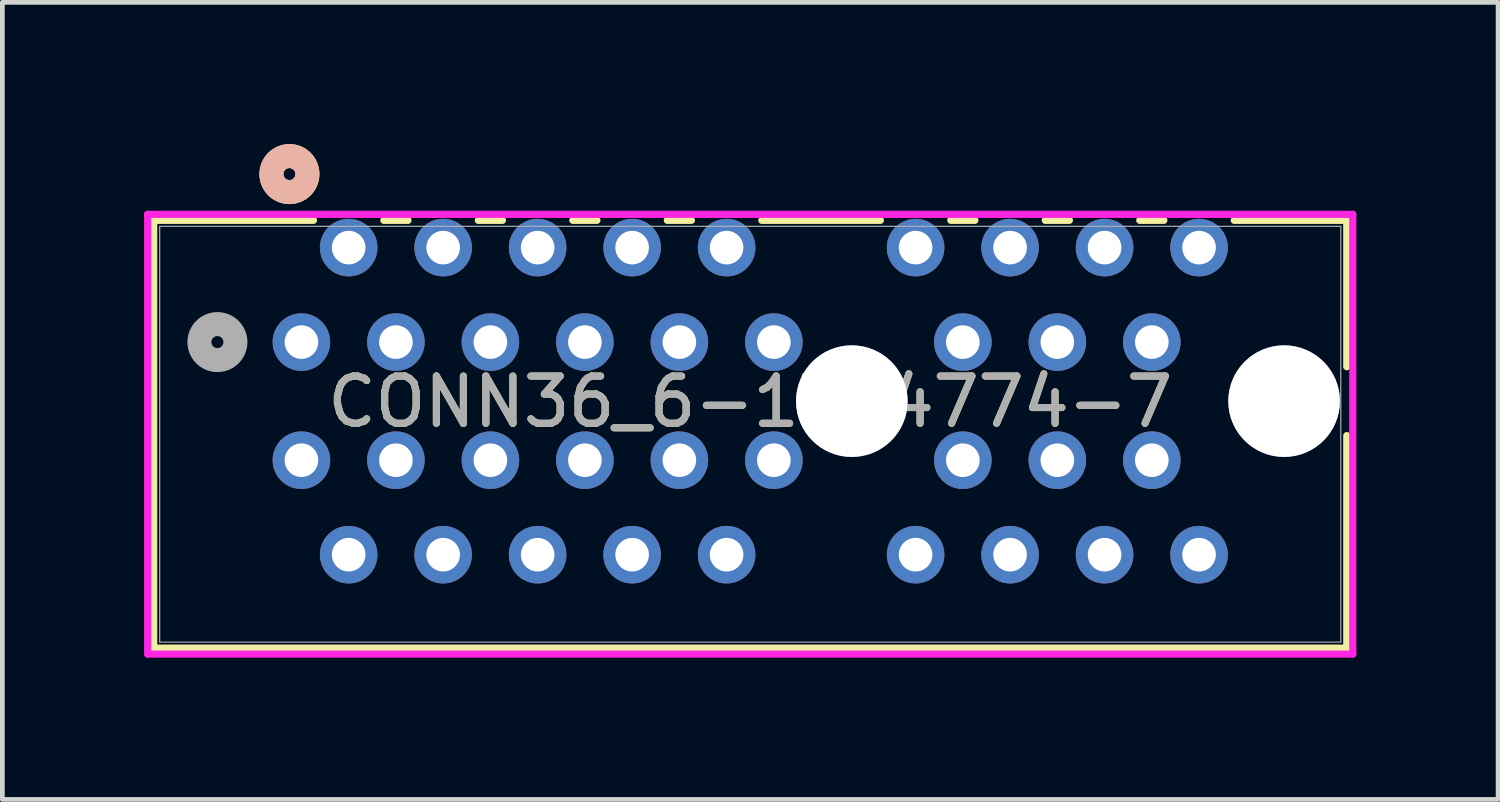
<source format=kicad_pcb>
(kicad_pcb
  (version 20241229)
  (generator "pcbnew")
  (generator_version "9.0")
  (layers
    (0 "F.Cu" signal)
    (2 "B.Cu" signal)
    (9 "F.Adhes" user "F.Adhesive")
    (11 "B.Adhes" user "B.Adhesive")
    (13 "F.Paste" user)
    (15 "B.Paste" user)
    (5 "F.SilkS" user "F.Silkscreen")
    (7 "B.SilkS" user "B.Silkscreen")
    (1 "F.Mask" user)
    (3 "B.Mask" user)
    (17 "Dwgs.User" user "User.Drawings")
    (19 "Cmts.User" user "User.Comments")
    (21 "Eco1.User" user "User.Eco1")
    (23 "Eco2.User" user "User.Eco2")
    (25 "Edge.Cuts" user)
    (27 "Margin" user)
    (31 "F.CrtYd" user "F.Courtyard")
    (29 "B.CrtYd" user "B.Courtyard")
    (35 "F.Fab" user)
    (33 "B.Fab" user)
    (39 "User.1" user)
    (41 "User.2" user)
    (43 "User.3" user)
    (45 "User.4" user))
  (footprint "CONN36_6-1734774-7"
    (layer "F.Cu")
    (at 3.33 4.191)
    (property "Reference" "CONN36_6-1734774-7" (at 9.5 1.264 0) (unlocked yes) (layer "F.SilkS") (effects (font (size 1 1) (thickness 0.15))))
    (attr through_hole)
    (fp_line (start -3.127 -2.577) (end 0.255 -2.577) (stroke (width 0.152) (type solid)) (layer "F.SilkS"))
    (fp_line (start -3.127 6.477) (end -3.127 -2.577) (stroke (width 0.152) (type solid)) (layer "F.SilkS"))
    (fp_line (start 1.745 -2.577) (end 2.255 -2.577) (stroke (width 0.152) (type solid)) (layer "F.SilkS"))
    (fp_line (start 3.745 -2.577) (end 4.255 -2.577) (stroke (width 0.152) (type solid)) (layer "F.SilkS"))
    (fp_line (start 5.745 -2.577) (end 6.255 -2.577) (stroke (width 0.152) (type solid)) (layer "F.SilkS"))
    (fp_line (start 7.745 -2.577) (end 8.255 -2.577) (stroke (width 0.152) (type solid)) (layer "F.SilkS"))
    (fp_line (start 9.745 -2.577) (end 12.255 -2.577) (stroke (width 0.152) (type solid)) (layer "F.SilkS"))
    (fp_line (start 13.745 -2.577) (end 14.255 -2.577) (stroke (width 0.152) (type solid)) (layer "F.SilkS"))
    (fp_line (start 15.745 -2.577) (end 16.255 -2.577) (stroke (width 0.152) (type solid)) (layer "F.SilkS"))
    (fp_line (start 17.745 -2.577) (end 18.255 -2.577) (stroke (width 0.152) (type solid)) (layer "F.SilkS"))
    (fp_line (start 19.745 -2.577) (end 22.127 -2.577) (stroke (width 0.152) (type solid)) (layer "F.SilkS"))
    (fp_line (start 22.127 -2.577) (end 22.127 0.521) (stroke (width 0.152) (type solid)) (layer "F.SilkS"))
    (fp_line (start 22.127 1.979) (end 22.127 6.477) (stroke (width 0.152) (type solid)) (layer "F.SilkS"))
    (fp_line (start 22.127 6.477) (end -3.127 6.477) (stroke (width 0.152) (type solid)) (layer "F.SilkS"))
    (fp_circle (center -0.254 -3.556) (end 0.127 -3.556) (stroke (width 0.508) (type solid)) (fill no) (layer "F.SilkS"))
    (fp_circle (center -0.254 -3.556) (end 0.127 -3.556) (stroke (width 0.508) (type solid)) (fill no) (layer "B.SilkS"))
    (fp_line (start -3.254 -2.704) (end -3.254 6.604) (stroke (width 0.152) (type solid)) (layer "F.CrtYd"))
    (fp_line (start -3.254 6.604) (end 22.254 6.604) (stroke (width 0.152) (type solid)) (layer "F.CrtYd"))
    (fp_line (start 22.254 -2.704) (end -3.254 -2.704) (stroke (width 0.152) (type solid)) (layer "F.CrtYd"))
    (fp_line (start 22.254 6.604) (end 22.254 -2.704) (stroke (width 0.152) (type solid)) (layer "F.CrtYd"))
    (fp_line (start -3 -2.45) (end -3 6.35) (stroke (width 0.025) (type solid)) (layer "F.Fab"))
    (fp_line (start -3 6.35) (end 22 6.35) (stroke (width 0.025) (type solid)) (layer "F.Fab"))
    (fp_line (start 22 -2.45) (end -3 -2.45) (stroke (width 0.025) (type solid)) (layer "F.Fab"))
    (fp_line (start 22 6.35) (end 22 -2.45) (stroke (width 0.025) (type solid)) (layer "F.Fab"))
    (fp_circle (center -1.778 0) (end -1.397 0) (stroke (width 0.508) (type solid)) (fill no) (layer "F.Fab"))
    (fp_text user "${REFERENCE}" (at 9.5 1.264 0) (unlocked yes) (layer "F.Fab") (effects (font (size 1 1) (thickness 0.15))))
    (pad "37" thru_hole circle (at 11.65 1.25) (size 2.362 2.362) (drill 2.362) (layers "*.Cu" "*.Mask"))
    (pad "38" thru_hole circle (at 20.8 1.25) (size 2.362 2.362) (drill 2.362) (layers "*.Cu" "*.Mask"))
    (pad "A1" thru_hole circle (at 0 0 90) (size 1.219 1.219) (drill 0.711) (layers "*.Cu" "*.Mask"))
    (pad "A2" thru_hole circle (at 1 -2 90) (size 1.219 1.219) (drill 0.711) (layers "*.Cu" "*.Mask"))
    (pad "A3" thru_hole circle (at 2 0 90) (size 1.219 1.219) (drill 0.711) (layers "*.Cu" "*.Mask"))
    (pad "A4" thru_hole circle (at 3 -2 90) (size 1.219 1.219) (drill 0.711) (layers "*.Cu" "*.Mask"))
    (pad "A5" thru_hole circle (at 4 0 90) (size 1.219 1.219) (drill 0.711) (layers "*.Cu" "*.Mask"))
    (pad "A6" thru_hole circle (at 5 -2 90) (size 1.219 1.219) (drill 0.711) (layers "*.Cu" "*.Mask"))
    (pad "A7" thru_hole circle (at 6 0 90) (size 1.219 1.219) (drill 0.711) (layers "*.Cu" "*.Mask"))
    (pad "A8" thru_hole circle (at 7 -2 90) (size 1.219 1.219) (drill 0.711) (layers "*.Cu" "*.Mask"))
    (pad "A9" thru_hole circle (at 8 0 90) (size 1.219 1.219) (drill 0.711) (layers "*.Cu" "*.Mask"))
    (pad "A10" thru_hole circle (at 9 -2 90) (size 1.219 1.219) (drill 0.711) (layers "*.Cu" "*.Mask"))
    (pad "A11" thru_hole circle (at 10 0 90) (size 1.219 1.219) (drill 0.711) (layers "*.Cu" "*.Mask"))
    (pad "A12" thru_hole circle (at 13 -2 90) (size 1.219 1.219) (drill 0.711) (layers "*.Cu" "*.Mask"))
    (pad "A13" thru_hole circle (at 14 0 90) (size 1.219 1.219) (drill 0.711) (layers "*.Cu" "*.Mask"))
    (pad "A14" thru_hole circle (at 15 -2 90) (size 1.219 1.219) (drill 0.711) (layers "*.Cu" "*.Mask"))
    (pad "A15" thru_hole circle (at 16 0 90) (size 1.219 1.219) (drill 0.711) (layers "*.Cu" "*.Mask"))
    (pad "A16" thru_hole circle (at 17 -2 90) (size 1.219 1.219) (drill 0.711) (layers "*.Cu" "*.Mask"))
    (pad "A17" thru_hole circle (at 18 0 90) (size 1.219 1.219) (drill 0.711) (layers "*.Cu" "*.Mask"))
    (pad "A18" thru_hole circle (at 19 -2 90) (size 1.219 1.219) (drill 0.711) (layers "*.Cu" "*.Mask"))
    (pad "B1" thru_hole circle (at 0 2.5 90) (size 1.219 1.219) (drill 0.711) (layers "*.Cu" "*.Mask"))
    (pad "B2" thru_hole circle (at 1 4.5 90) (size 1.219 1.219) (drill 0.711) (layers "*.Cu" "*.Mask"))
    (pad "B3" thru_hole circle (at 2 2.5 90) (size 1.219 1.219) (drill 0.711) (layers "*.Cu" "*.Mask"))
    (pad "B4" thru_hole circle (at 3 4.5 90) (size 1.219 1.219) (drill 0.711) (layers "*.Cu" "*.Mask"))
    (pad "B5" thru_hole circle (at 4 2.5 90) (size 1.219 1.219) (drill 0.711) (layers "*.Cu" "*.Mask"))
    (pad "B6" thru_hole circle (at 5 4.5 90) (size 1.219 1.219) (drill 0.711) (layers "*.Cu" "*.Mask"))
    (pad "B7" thru_hole circle (at 6 2.5 90) (size 1.219 1.219) (drill 0.711) (layers "*.Cu" "*.Mask"))
    (pad "B8" thru_hole circle (at 7 4.5 90) (size 1.219 1.219) (drill 0.711) (layers "*.Cu" "*.Mask"))
    (pad "B9" thru_hole circle (at 8 2.5 90) (size 1.219 1.219) (drill 0.711) (layers "*.Cu" "*.Mask"))
    (pad "B10" thru_hole circle (at 9 4.5 90) (size 1.219 1.219) (drill 0.711) (layers "*.Cu" "*.Mask"))
    (pad "B11" thru_hole circle (at 10 2.5 90) (size 1.219 1.219) (drill 0.711) (layers "*.Cu" "*.Mask"))
    (pad "B12" thru_hole circle (at 13 4.5 90) (size 1.219 1.219) (drill 0.711) (layers "*.Cu" "*.Mask"))
    (pad "B13" thru_hole circle (at 14 2.5 90) (size 1.219 1.219) (drill 0.711) (layers "*.Cu" "*.Mask"))
    (pad "B14" thru_hole circle (at 15 4.5 90) (size 1.219 1.219) (drill 0.711) (layers "*.Cu" "*.Mask"))
    (pad "B15" thru_hole circle (at 16 2.5 90) (size 1.219 1.219) (drill 0.711) (layers "*.Cu" "*.Mask"))
    (pad "B16" thru_hole circle (at 17 4.5 90) (size 1.219 1.219) (drill 0.711) (layers "*.Cu" "*.Mask"))
    (pad "B17" thru_hole circle (at 18 2.5 90) (size 1.219 1.219) (drill 0.711) (layers "*.Cu" "*.Mask"))
    (pad "B18" thru_hole circle (at 19 4.5 90) (size 1.219 1.219) (drill 0.711) (layers "*.Cu" "*.Mask")))
  (gr_rect
    (start -3 -3)
    (end 28.66 13.871)
    (stroke (width 0.1) (type default))
    (fill no)
    (layer "Edge.Cuts")))
</source>
